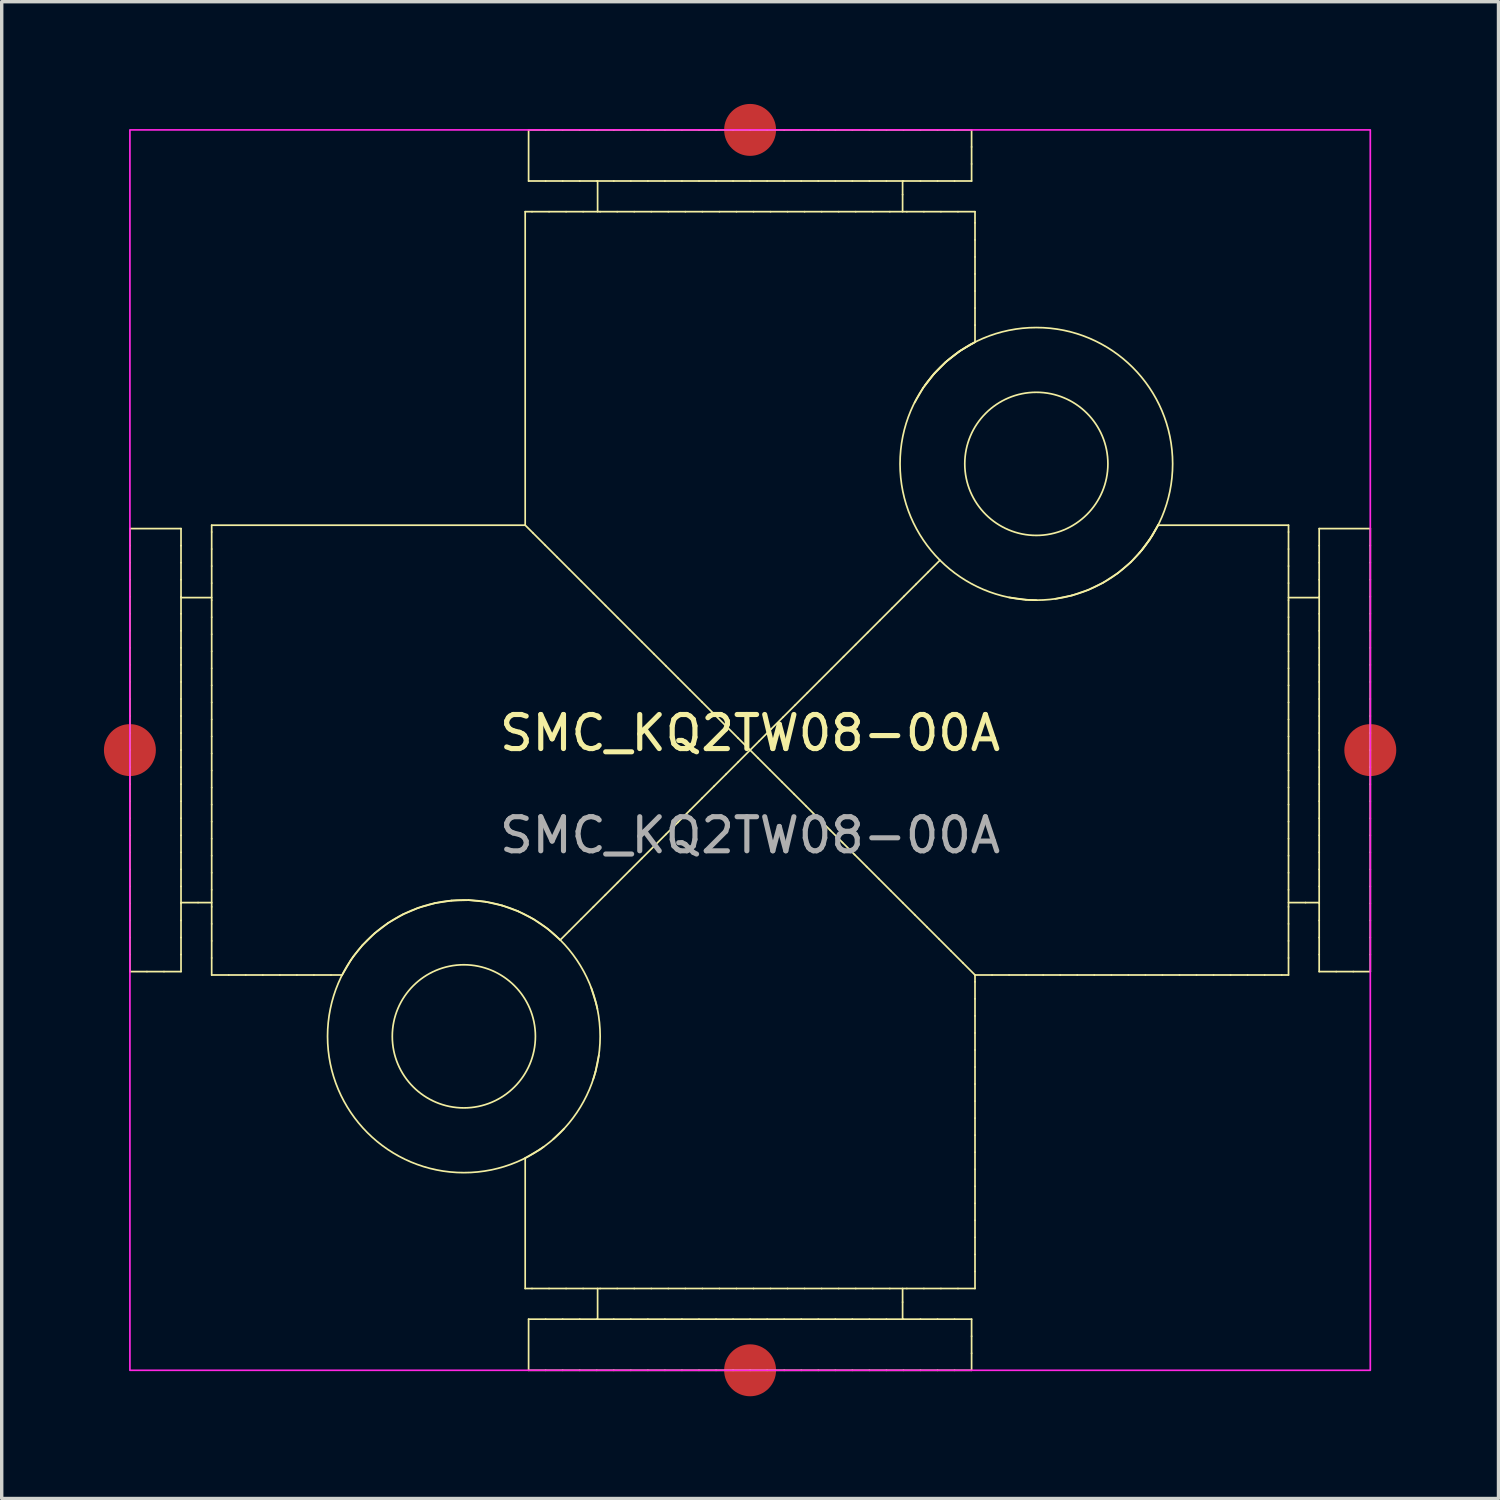
<source format=kicad_pcb>
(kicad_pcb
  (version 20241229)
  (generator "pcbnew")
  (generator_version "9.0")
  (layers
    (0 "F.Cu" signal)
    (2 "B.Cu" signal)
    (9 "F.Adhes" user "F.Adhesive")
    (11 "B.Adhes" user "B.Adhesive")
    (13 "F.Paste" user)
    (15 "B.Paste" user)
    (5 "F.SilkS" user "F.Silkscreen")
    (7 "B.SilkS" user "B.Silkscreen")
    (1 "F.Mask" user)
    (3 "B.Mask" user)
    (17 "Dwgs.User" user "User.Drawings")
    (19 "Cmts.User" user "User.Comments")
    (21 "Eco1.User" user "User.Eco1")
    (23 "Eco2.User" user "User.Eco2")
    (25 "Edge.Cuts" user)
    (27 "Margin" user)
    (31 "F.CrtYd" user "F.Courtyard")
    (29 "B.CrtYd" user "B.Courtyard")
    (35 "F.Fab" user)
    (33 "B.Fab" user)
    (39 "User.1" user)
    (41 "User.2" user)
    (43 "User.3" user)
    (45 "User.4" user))
  (footprint "SMC_KQ2TW08-00A"
    (layer "F.Cu")
    (at 18.962 18.962)
    (property "Reference" "SMC_KQ2TW08-00A" (at 0 -0.5 0) (unlocked yes) (layer "F.SilkS") (effects (font (size 1 1) (thickness 0.15))))
    (fp_line (start -18.2 -6.5) (end -16.7 -6.5) (stroke (width 0.05) (type solid)) (layer "F.SilkS"))
    (fp_line (start -18.2 -6) (end -18.2 -6.5) (stroke (width 0.05) (type solid)) (layer "F.SilkS"))
    (fp_line (start -18.2 -5.5) (end -18.2 -6) (stroke (width 0.05) (type solid)) (layer "F.SilkS"))
    (fp_line (start -18.2 -5) (end -18.2 -5.5) (stroke (width 0.05) (type solid)) (layer "F.SilkS"))
    (fp_line (start -18.2 -4.5) (end -18.2 -5) (stroke (width 0.05) (type solid)) (layer "F.SilkS"))
    (fp_line (start -18.2 -4) (end -18.2 -4.5) (stroke (width 0.05) (type solid)) (layer "F.SilkS"))
    (fp_line (start -18.2 -3.5) (end -18.2 -4) (stroke (width 0.05) (type solid)) (layer "F.SilkS"))
    (fp_line (start -18.2 -3) (end -18.2 -3.5) (stroke (width 0.05) (type solid)) (layer "F.SilkS"))
    (fp_line (start -18.2 -2.5) (end -18.2 -3) (stroke (width 0.05) (type solid)) (layer "F.SilkS"))
    (fp_line (start -18.2 -2) (end -18.2 -2.5) (stroke (width 0.05) (type solid)) (layer "F.SilkS"))
    (fp_line (start -18.2 -1.5) (end -18.2 -2) (stroke (width 0.05) (type solid)) (layer "F.SilkS"))
    (fp_line (start -18.2 -1) (end -18.2 -1.5) (stroke (width 0.05) (type solid)) (layer "F.SilkS"))
    (fp_line (start -18.2 -0.5) (end -18.2 -1) (stroke (width 0.05) (type solid)) (layer "F.SilkS"))
    (fp_line (start -18.2 0) (end -18.2 -0.5) (stroke (width 0.05) (type solid)) (layer "F.SilkS"))
    (fp_line (start -18.2 0.5) (end -18.2 0) (stroke (width 0.05) (type solid)) (layer "F.SilkS"))
    (fp_line (start -18.2 1) (end -18.2 0.5) (stroke (width 0.05) (type solid)) (layer "F.SilkS"))
    (fp_line (start -18.2 1.5) (end -18.2 1) (stroke (width 0.05) (type solid)) (layer "F.SilkS"))
    (fp_line (start -18.2 2) (end -18.2 1.5) (stroke (width 0.05) (type solid)) (layer "F.SilkS"))
    (fp_line (start -18.2 2.5) (end -18.2 2) (stroke (width 0.05) (type solid)) (layer "F.SilkS"))
    (fp_line (start -18.2 3) (end -18.2 2.5) (stroke (width 0.05) (type solid)) (layer "F.SilkS"))
    (fp_line (start -18.2 3.5) (end -18.2 3) (stroke (width 0.05) (type solid)) (layer "F.SilkS"))
    (fp_line (start -18.2 4) (end -18.2 3.5) (stroke (width 0.05) (type solid)) (layer "F.SilkS"))
    (fp_line (start -18.2 4.5) (end -18.2 4) (stroke (width 0.05) (type solid)) (layer "F.SilkS"))
    (fp_line (start -18.2 5) (end -18.2 4.5) (stroke (width 0.05) (type solid)) (layer "F.SilkS"))
    (fp_line (start -18.2 5.5) (end -18.2 5) (stroke (width 0.05) (type solid)) (layer "F.SilkS"))
    (fp_line (start -18.2 6) (end -18.2 5.5) (stroke (width 0.05) (type solid)) (layer "F.SilkS"))
    (fp_line (start -18.2 6.5) (end -18.2 6) (stroke (width 0.05) (type solid)) (layer "F.SilkS"))
    (fp_line (start -18.2 6.5) (end -17.7 6.5) (stroke (width 0.05) (type solid)) (layer "F.SilkS"))
    (fp_line (start -17.7 6.5) (end -17.2 6.5) (stroke (width 0.05) (type solid)) (layer "F.SilkS"))
    (fp_line (start -17.2 6.5) (end -16.7 6.5) (stroke (width 0.05) (type solid)) (layer "F.SilkS"))
    (fp_line (start -16.7 -6) (end -16.7 -6.5) (stroke (width 0.05) (type solid)) (layer "F.SilkS"))
    (fp_line (start -16.7 -5.5) (end -16.7 -6) (stroke (width 0.05) (type solid)) (layer "F.SilkS"))
    (fp_line (start -16.7 -5) (end -16.7 -5.5) (stroke (width 0.05) (type solid)) (layer "F.SilkS"))
    (fp_line (start -16.7 -4.5) (end -16.7 -5) (stroke (width 0.05) (type solid)) (layer "F.SilkS"))
    (fp_line (start -16.7 -4.475) (end -15.8 -4.475) (stroke (width 0.05) (type solid)) (layer "F.SilkS"))
    (fp_line (start -16.7 -4) (end -16.7 -4.5) (stroke (width 0.05) (type solid)) (layer "F.SilkS"))
    (fp_line (start -16.7 -3.5) (end -16.7 -4) (stroke (width 0.05) (type solid)) (layer "F.SilkS"))
    (fp_line (start -16.7 -3) (end -16.7 -3.5) (stroke (width 0.05) (type solid)) (layer "F.SilkS"))
    (fp_line (start -16.7 -2.5) (end -16.7 -3) (stroke (width 0.05) (type solid)) (layer "F.SilkS"))
    (fp_line (start -16.7 -2) (end -16.7 -2.5) (stroke (width 0.05) (type solid)) (layer "F.SilkS"))
    (fp_line (start -16.7 -1.5) (end -16.7 -2) (stroke (width 0.05) (type solid)) (layer "F.SilkS"))
    (fp_line (start -16.7 -1) (end -16.7 -1.5) (stroke (width 0.05) (type solid)) (layer "F.SilkS"))
    (fp_line (start -16.7 -0.5) (end -16.7 -1) (stroke (width 0.05) (type solid)) (layer "F.SilkS"))
    (fp_line (start -16.7 0) (end -16.7 -0.5) (stroke (width 0.05) (type solid)) (layer "F.SilkS"))
    (fp_line (start -16.7 0.5) (end -16.7 0) (stroke (width 0.05) (type solid)) (layer "F.SilkS"))
    (fp_line (start -16.7 1) (end -16.7 0.5) (stroke (width 0.05) (type solid)) (layer "F.SilkS"))
    (fp_line (start -16.7 1.5) (end -16.7 1) (stroke (width 0.05) (type solid)) (layer "F.SilkS"))
    (fp_line (start -16.7 2) (end -16.7 1.5) (stroke (width 0.05) (type solid)) (layer "F.SilkS"))
    (fp_line (start -16.7 2.5) (end -16.7 2) (stroke (width 0.05) (type solid)) (layer "F.SilkS"))
    (fp_line (start -16.7 3) (end -16.7 2.5) (stroke (width 0.05) (type solid)) (layer "F.SilkS"))
    (fp_line (start -16.7 3.5) (end -16.7 3) (stroke (width 0.05) (type solid)) (layer "F.SilkS"))
    (fp_line (start -16.7 4) (end -16.7 3.5) (stroke (width 0.05) (type solid)) (layer "F.SilkS"))
    (fp_line (start -16.7 4.475) (end -16.2 4.475) (stroke (width 0.05) (type solid)) (layer "F.SilkS"))
    (fp_line (start -16.7 4.5) (end -16.7 4) (stroke (width 0.05) (type solid)) (layer "F.SilkS"))
    (fp_line (start -16.7 5) (end -16.7 4.5) (stroke (width 0.05) (type solid)) (layer "F.SilkS"))
    (fp_line (start -16.7 5.5) (end -16.7 5) (stroke (width 0.05) (type solid)) (layer "F.SilkS"))
    (fp_line (start -16.7 6) (end -16.7 5.5) (stroke (width 0.05) (type solid)) (layer "F.SilkS"))
    (fp_line (start -16.7 6.5) (end -16.7 6) (stroke (width 0.05) (type solid)) (layer "F.SilkS"))
    (fp_line (start -16.2 4.475) (end -15.8 4.475) (stroke (width 0.05) (type solid)) (layer "F.SilkS"))
    (fp_line (start -15.8 -6.6) (end -6.6 -6.6) (stroke (width 0.05) (type solid)) (layer "F.SilkS"))
    (fp_line (start -15.8 -6.4) (end -15.8 -6.6) (stroke (width 0.05) (type solid)) (layer "F.SilkS"))
    (fp_line (start -15.8 -5.9) (end -15.8 -6.4) (stroke (width 0.05) (type solid)) (layer "F.SilkS"))
    (fp_line (start -15.8 -5.4) (end -15.8 -5.9) (stroke (width 0.05) (type solid)) (layer "F.SilkS"))
    (fp_line (start -15.8 -4.9) (end -15.8 -5.4) (stroke (width 0.05) (type solid)) (layer "F.SilkS"))
    (fp_line (start -15.8 -4.4) (end -15.8 -4.9) (stroke (width 0.05) (type solid)) (layer "F.SilkS"))
    (fp_line (start -15.8 -3.9) (end -15.8 -4.4) (stroke (width 0.05) (type solid)) (layer "F.SilkS"))
    (fp_line (start -15.8 -3.4) (end -15.8 -3.9) (stroke (width 0.05) (type solid)) (layer "F.SilkS"))
    (fp_line (start -15.8 -2.9) (end -15.8 -3.4) (stroke (width 0.05) (type solid)) (layer "F.SilkS"))
    (fp_line (start -15.8 -2.4) (end -15.8 -2.9) (stroke (width 0.05) (type solid)) (layer "F.SilkS"))
    (fp_line (start -15.8 -1.9) (end -15.8 -2.4) (stroke (width 0.05) (type solid)) (layer "F.SilkS"))
    (fp_line (start -15.8 -1.4) (end -15.8 -1.9) (stroke (width 0.05) (type solid)) (layer "F.SilkS"))
    (fp_line (start -15.8 -0.9) (end -15.8 -1.4) (stroke (width 0.05) (type solid)) (layer "F.SilkS"))
    (fp_line (start -15.8 -0.4) (end -15.8 -0.9) (stroke (width 0.05) (type solid)) (layer "F.SilkS"))
    (fp_line (start -15.8 0.1) (end -15.8 -0.4) (stroke (width 0.05) (type solid)) (layer "F.SilkS"))
    (fp_line (start -15.8 0.6) (end -15.8 0.1) (stroke (width 0.05) (type solid)) (layer "F.SilkS"))
    (fp_line (start -15.8 1.1) (end -15.8 0.6) (stroke (width 0.05) (type solid)) (layer "F.SilkS"))
    (fp_line (start -15.8 1.6) (end -15.8 1.1) (stroke (width 0.05) (type solid)) (layer "F.SilkS"))
    (fp_line (start -15.8 2.1) (end -15.8 1.6) (stroke (width 0.05) (type solid)) (layer "F.SilkS"))
    (fp_line (start -15.8 2.6) (end -15.8 2.1) (stroke (width 0.05) (type solid)) (layer "F.SilkS"))
    (fp_line (start -15.8 3.1) (end -15.8 2.6) (stroke (width 0.05) (type solid)) (layer "F.SilkS"))
    (fp_line (start -15.8 3.6) (end -15.8 3.1) (stroke (width 0.05) (type solid)) (layer "F.SilkS"))
    (fp_line (start -15.8 4.1) (end -15.8 3.6) (stroke (width 0.05) (type solid)) (layer "F.SilkS"))
    (fp_line (start -15.8 4.6) (end -15.8 4.1) (stroke (width 0.05) (type solid)) (layer "F.SilkS"))
    (fp_line (start -15.8 5.1) (end -15.8 4.6) (stroke (width 0.05) (type solid)) (layer "F.SilkS"))
    (fp_line (start -15.8 5.6) (end -15.8 5.1) (stroke (width 0.05) (type solid)) (layer "F.SilkS"))
    (fp_line (start -15.8 6.1) (end -15.8 5.6) (stroke (width 0.05) (type solid)) (layer "F.SilkS"))
    (fp_line (start -15.8 6.6) (end -15.8 6.1) (stroke (width 0.05) (type solid)) (layer "F.SilkS"))
    (fp_line (start -15.8 6.6) (end -15.3 6.6) (stroke (width 0.05) (type solid)) (layer "F.SilkS"))
    (fp_line (start -15.3 6.6) (end -14.8 6.6) (stroke (width 0.05) (type solid)) (layer "F.SilkS"))
    (fp_line (start -14.8 6.6) (end -14.3 6.6) (stroke (width 0.05) (type solid)) (layer "F.SilkS"))
    (fp_line (start -14.3 6.6) (end -13.8 6.6) (stroke (width 0.05) (type solid)) (layer "F.SilkS"))
    (fp_line (start -13.8 6.6) (end -13.3 6.6) (stroke (width 0.05) (type solid)) (layer "F.SilkS"))
    (fp_line (start -13.3 6.6) (end -12.8 6.6) (stroke (width 0.05) (type solid)) (layer "F.SilkS"))
    (fp_line (start -12.8 6.6) (end -12.3 6.6) (stroke (width 0.05) (type solid)) (layer "F.SilkS"))
    (fp_line (start -12.3 6.6) (end -11.972 6.6) (stroke (width 0.05) (type solid)) (layer "F.SilkS"))
    (fp_line (start -11.972 6.6) (end -11.72 6.169) (stroke (width 0.05) (type solid)) (layer "F.SilkS"))
    (fp_line (start -11.72 6.169) (end -11.644 6.059) (stroke (width 0.05) (type solid)) (layer "F.SilkS"))
    (fp_line (start -11.378 5.729) (end -11.641 6.056) (stroke (width 0.05) (type solid)) (layer "F.SilkS"))
    (fp_line (start -11.021 5.379) (end -11.378 5.729) (stroke (width 0.05) (type solid)) (layer "F.SilkS"))
    (fp_line (start -10.624 5.075) (end -11.021 5.379) (stroke (width 0.05) (type solid)) (layer "F.SilkS"))
    (fp_line (start -10.192 4.824) (end -10.624 5.075) (stroke (width 0.05) (type solid)) (layer "F.SilkS"))
    (fp_line (start -9.732 4.628) (end -10.192 4.824) (stroke (width 0.05) (type solid)) (layer "F.SilkS"))
    (fp_line (start -9.252 4.492) (end -9.732 4.628) (stroke (width 0.05) (type solid)) (layer "F.SilkS"))
    (fp_line (start -8.758 4.416) (end -9.252 4.492) (stroke (width 0.05) (type solid)) (layer "F.SilkS"))
    (fp_line (start -8.258 4.403) (end -8.758 4.416) (stroke (width 0.05) (type solid)) (layer "F.SilkS"))
    (fp_line (start -7.761 4.451) (end -8.258 4.403) (stroke (width 0.05) (type solid)) (layer "F.SilkS"))
    (fp_line (start -7.274 4.562) (end -7.761 4.451) (stroke (width 0.05) (type solid)) (layer "F.SilkS"))
    (fp_line (start -6.804 4.732) (end -7.274 4.562) (stroke (width 0.05) (type solid)) (layer "F.SilkS"))
    (fp_line (start -6.6 -6.6) (end -6.6 -15.8) (stroke (width 0.05) (type solid)) (layer "F.SilkS"))
    (fp_line (start -6.6 11.972) (end -6.169 11.72) (stroke (width 0.05) (type solid)) (layer "F.SilkS"))
    (fp_line (start -6.6 15.8) (end -6.6 11.972) (stroke (width 0.05) (type solid)) (layer "F.SilkS"))
    (fp_line (start -6.5 -16.7) (end -6.5 -18.2) (stroke (width 0.05) (type solid)) (layer "F.SilkS"))
    (fp_line (start -6.5 18.2) (end -6.5 16.7) (stroke (width 0.05) (type solid)) (layer "F.SilkS"))
    (fp_line (start -6.4 -15.8) (end -6.6 -15.8) (stroke (width 0.05) (type solid)) (layer "F.SilkS"))
    (fp_line (start -6.4 15.8) (end -6.6 15.8) (stroke (width 0.05) (type solid)) (layer "F.SilkS"))
    (fp_line (start -6.364 -6.364) (end -6.6 -6.6) (stroke (width 0.05) (type solid)) (layer "F.SilkS"))
    (fp_line (start -6.359 4.96) (end -6.804 4.732) (stroke (width 0.05) (type solid)) (layer "F.SilkS"))
    (fp_line (start -6.169 11.72) (end -6.059 11.644) (stroke (width 0.05) (type solid)) (layer "F.SilkS"))
    (fp_line (start -6.01 -6.01) (end -6.364 -6.364) (stroke (width 0.05) (type solid)) (layer "F.SilkS"))
    (fp_line (start -6 -18.2) (end -6.5 -18.2) (stroke (width 0.05) (type solid)) (layer "F.SilkS"))
    (fp_line (start -6 -16.7) (end -6.5 -16.7) (stroke (width 0.05) (type solid)) (layer "F.SilkS"))
    (fp_line (start -6 16.7) (end -6.5 16.7) (stroke (width 0.05) (type solid)) (layer "F.SilkS"))
    (fp_line (start -6 18.2) (end -6.5 18.2) (stroke (width 0.05) (type solid)) (layer "F.SilkS"))
    (fp_line (start -5.946 5.241) (end -6.359 4.96) (stroke (width 0.05) (type solid)) (layer "F.SilkS"))
    (fp_line (start -5.9 -15.8) (end -6.4 -15.8) (stroke (width 0.05) (type solid)) (layer "F.SilkS"))
    (fp_line (start -5.9 15.8) (end -6.4 15.8) (stroke (width 0.05) (type solid)) (layer "F.SilkS"))
    (fp_line (start -5.657 -5.657) (end -6.01 -6.01) (stroke (width 0.05) (type solid)) (layer "F.SilkS"))
    (fp_line (start -5.572 5.572) (end -5.946 5.241) (stroke (width 0.05) (type solid)) (layer "F.SilkS"))
    (fp_line (start -5.5 -18.2) (end -6 -18.2) (stroke (width 0.05) (type solid)) (layer "F.SilkS"))
    (fp_line (start -5.5 -16.7) (end -6 -16.7) (stroke (width 0.05) (type solid)) (layer "F.SilkS"))
    (fp_line (start -5.5 16.7) (end -6 16.7) (stroke (width 0.05) (type solid)) (layer "F.SilkS"))
    (fp_line (start -5.5 18.2) (end -6 18.2) (stroke (width 0.05) (type solid)) (layer "F.SilkS"))
    (fp_line (start -5.457 11.109) (end -5.777 11.419) (stroke (width 0.05) (type solid)) (layer "F.SilkS"))
    (fp_line (start -5.4 -15.8) (end -5.9 -15.8) (stroke (width 0.05) (type solid)) (layer "F.SilkS"))
    (fp_line (start -5.4 15.8) (end -5.9 15.8) (stroke (width 0.05) (type solid)) (layer "F.SilkS"))
    (fp_line (start -5.303 -5.303) (end -5.657 -5.657) (stroke (width 0.05) (type solid)) (layer "F.SilkS"))
    (fp_line (start -5.303 5.303) (end -5.572 5.572) (stroke (width 0.05) (type solid)) (layer "F.SilkS"))
    (fp_line (start -5 -18.2) (end -5.5 -18.2) (stroke (width 0.05) (type solid)) (layer "F.SilkS"))
    (fp_line (start -5 -16.7) (end -5.5 -16.7) (stroke (width 0.05) (type solid)) (layer "F.SilkS"))
    (fp_line (start -5 16.7) (end -5.5 16.7) (stroke (width 0.05) (type solid)) (layer "F.SilkS"))
    (fp_line (start -5 18.2) (end -5.5 18.2) (stroke (width 0.05) (type solid)) (layer "F.SilkS"))
    (fp_line (start -4.95 -4.95) (end -5.303 -5.303) (stroke (width 0.05) (type solid)) (layer "F.SilkS"))
    (fp_line (start -4.95 4.95) (end -5.303 5.303) (stroke (width 0.05) (type solid)) (layer "F.SilkS"))
    (fp_line (start -4.9 -15.8) (end -5.4 -15.8) (stroke (width 0.05) (type solid)) (layer "F.SilkS"))
    (fp_line (start -4.9 15.8) (end -5.4 15.8) (stroke (width 0.05) (type solid)) (layer "F.SilkS"))
    (fp_line (start -4.665 6.969) (end -4.516 7.446) (stroke (width 0.05) (type solid)) (layer "F.SilkS"))
    (fp_line (start -4.596 -4.596) (end -4.95 -4.95) (stroke (width 0.05) (type solid)) (layer "F.SilkS"))
    (fp_line (start -4.596 4.596) (end -4.95 4.95) (stroke (width 0.05) (type solid)) (layer "F.SilkS"))
    (fp_line (start -4.539 9.446) (end -4.604 9.66) (stroke (width 0.05) (type solid)) (layer "F.SilkS"))
    (fp_line (start -4.516 7.446) (end -4.482 7.594) (stroke (width 0.05) (type solid)) (layer "F.SilkS"))
    (fp_line (start -4.5 -18.2) (end -5 -18.2) (stroke (width 0.05) (type solid)) (layer "F.SilkS"))
    (fp_line (start -4.5 -16.7) (end -5 -16.7) (stroke (width 0.05) (type solid)) (layer "F.SilkS"))
    (fp_line (start -4.5 16.7) (end -5 16.7) (stroke (width 0.05) (type solid)) (layer "F.SilkS"))
    (fp_line (start -4.5 18.2) (end -5 18.2) (stroke (width 0.05) (type solid)) (layer "F.SilkS"))
    (fp_line (start -4.475 -15.8) (end -4.475 -16.7) (stroke (width 0.05) (type solid)) (layer "F.SilkS"))
    (fp_line (start -4.475 16.7) (end -4.475 15.8) (stroke (width 0.05) (type solid)) (layer "F.SilkS"))
    (fp_line (start -4.439 8.956) (end -4.539 9.446) (stroke (width 0.05) (type solid)) (layer "F.SilkS"))
    (fp_line (start -4.4 -15.8) (end -4.9 -15.8) (stroke (width 0.05) (type solid)) (layer "F.SilkS"))
    (fp_line (start -4.4 15.8) (end -4.9 15.8) (stroke (width 0.05) (type solid)) (layer "F.SilkS"))
    (fp_line (start -4.243 -4.243) (end -4.596 -4.596) (stroke (width 0.05) (type solid)) (layer "F.SilkS"))
    (fp_line (start -4.243 4.243) (end -4.596 4.596) (stroke (width 0.05) (type solid)) (layer "F.SilkS"))
    (fp_line (start -4 -18.2) (end -4.5 -18.2) (stroke (width 0.05) (type solid)) (layer "F.SilkS"))
    (fp_line (start -4 -16.7) (end -4.5 -16.7) (stroke (width 0.05) (type solid)) (layer "F.SilkS"))
    (fp_line (start -4 16.7) (end -4.5 16.7) (stroke (width 0.05) (type solid)) (layer "F.SilkS"))
    (fp_line (start -4 18.2) (end -4.5 18.2) (stroke (width 0.05) (type solid)) (layer "F.SilkS"))
    (fp_line (start -3.9 -15.8) (end -4.4 -15.8) (stroke (width 0.05) (type solid)) (layer "F.SilkS"))
    (fp_line (start -3.9 15.8) (end -4.4 15.8) (stroke (width 0.05) (type solid)) (layer "F.SilkS"))
    (fp_line (start -3.889 -3.889) (end -4.243 -4.243) (stroke (width 0.05) (type solid)) (layer "F.SilkS"))
    (fp_line (start -3.889 3.889) (end -4.243 4.243) (stroke (width 0.05) (type solid)) (layer "F.SilkS"))
    (fp_line (start -3.536 -3.536) (end -3.889 -3.889) (stroke (width 0.05) (type solid)) (layer "F.SilkS"))
    (fp_line (start -3.536 3.536) (end -3.889 3.889) (stroke (width 0.05) (type solid)) (layer "F.SilkS"))
    (fp_line (start -3.5 -18.2) (end -4 -18.2) (stroke (width 0.05) (type solid)) (layer "F.SilkS"))
    (fp_line (start -3.5 -16.7) (end -4 -16.7) (stroke (width 0.05) (type solid)) (layer "F.SilkS"))
    (fp_line (start -3.5 16.7) (end -4 16.7) (stroke (width 0.05) (type solid)) (layer "F.SilkS"))
    (fp_line (start -3.5 18.2) (end -4 18.2) (stroke (width 0.05) (type solid)) (layer "F.SilkS"))
    (fp_line (start -3.4 -15.8) (end -3.9 -15.8) (stroke (width 0.05) (type solid)) (layer "F.SilkS"))
    (fp_line (start -3.4 15.8) (end -3.9 15.8) (stroke (width 0.05) (type solid)) (layer "F.SilkS"))
    (fp_line (start -3.182 -3.182) (end -3.536 -3.536) (stroke (width 0.05) (type solid)) (layer "F.SilkS"))
    (fp_line (start -3.182 3.182) (end -3.536 3.536) (stroke (width 0.05) (type solid)) (layer "F.SilkS"))
    (fp_line (start -3 -18.2) (end -3.5 -18.2) (stroke (width 0.05) (type solid)) (layer "F.SilkS"))
    (fp_line (start -3 -16.7) (end -3.5 -16.7) (stroke (width 0.05) (type solid)) (layer "F.SilkS"))
    (fp_line (start -3 16.7) (end -3.5 16.7) (stroke (width 0.05) (type solid)) (layer "F.SilkS"))
    (fp_line (start -3 18.2) (end -3.5 18.2) (stroke (width 0.05) (type solid)) (layer "F.SilkS"))
    (fp_line (start -2.9 -15.8) (end -3.4 -15.8) (stroke (width 0.05) (type solid)) (layer "F.SilkS"))
    (fp_line (start -2.9 15.8) (end -3.4 15.8) (stroke (width 0.05) (type solid)) (layer "F.SilkS"))
    (fp_line (start -2.828 -2.828) (end -3.182 -3.182) (stroke (width 0.05) (type solid)) (layer "F.SilkS"))
    (fp_line (start -2.828 2.828) (end -3.182 3.182) (stroke (width 0.05) (type solid)) (layer "F.SilkS"))
    (fp_line (start -2.5 -18.2) (end -3 -18.2) (stroke (width 0.05) (type solid)) (layer "F.SilkS"))
    (fp_line (start -2.5 -16.7) (end -3 -16.7) (stroke (width 0.05) (type solid)) (layer "F.SilkS"))
    (fp_line (start -2.5 16.7) (end -3 16.7) (stroke (width 0.05) (type solid)) (layer "F.SilkS"))
    (fp_line (start -2.5 18.2) (end -3 18.2) (stroke (width 0.05) (type solid)) (layer "F.SilkS"))
    (fp_line (start -2.475 -2.475) (end -2.828 -2.828) (stroke (width 0.05) (type solid)) (layer "F.SilkS"))
    (fp_line (start -2.475 2.475) (end -2.828 2.828) (stroke (width 0.05) (type solid)) (layer "F.SilkS"))
    (fp_line (start -2.4 -15.8) (end -2.9 -15.8) (stroke (width 0.05) (type solid)) (layer "F.SilkS"))
    (fp_line (start -2.4 15.8) (end -2.9 15.8) (stroke (width 0.05) (type solid)) (layer "F.SilkS"))
    (fp_line (start -2.121 -2.121) (end -2.475 -2.475) (stroke (width 0.05) (type solid)) (layer "F.SilkS"))
    (fp_line (start -2.121 2.121) (end -2.475 2.475) (stroke (width 0.05) (type solid)) (layer "F.SilkS"))
    (fp_line (start -2 -18.2) (end -2.5 -18.2) (stroke (width 0.05) (type solid)) (layer "F.SilkS"))
    (fp_line (start -2 -16.7) (end -2.5 -16.7) (stroke (width 0.05) (type solid)) (layer "F.SilkS"))
    (fp_line (start -2 16.7) (end -2.5 16.7) (stroke (width 0.05) (type solid)) (layer "F.SilkS"))
    (fp_line (start -2 18.2) (end -2.5 18.2) (stroke (width 0.05) (type solid)) (layer "F.SilkS"))
    (fp_line (start -1.9 -15.8) (end -2.4 -15.8) (stroke (width 0.05) (type solid)) (layer "F.SilkS"))
    (fp_line (start -1.9 15.8) (end -2.4 15.8) (stroke (width 0.05) (type solid)) (layer "F.SilkS"))
    (fp_line (start -1.768 -1.768) (end -2.121 -2.121) (stroke (width 0.05) (type solid)) (layer "F.SilkS"))
    (fp_line (start -1.768 1.768) (end -2.121 2.121) (stroke (width 0.05) (type solid)) (layer "F.SilkS"))
    (fp_line (start -1.5 -18.2) (end -2 -18.2) (stroke (width 0.05) (type solid)) (layer "F.SilkS"))
    (fp_line (start -1.5 -16.7) (end -2 -16.7) (stroke (width 0.05) (type solid)) (layer "F.SilkS"))
    (fp_line (start -1.5 16.7) (end -2 16.7) (stroke (width 0.05) (type solid)) (layer "F.SilkS"))
    (fp_line (start -1.5 18.2) (end -2 18.2) (stroke (width 0.05) (type solid)) (layer "F.SilkS"))
    (fp_line (start -1.414 -1.414) (end -1.768 -1.768) (stroke (width 0.05) (type solid)) (layer "F.SilkS"))
    (fp_line (start -1.414 1.414) (end -1.768 1.768) (stroke (width 0.05) (type solid)) (layer "F.SilkS"))
    (fp_line (start -1.4 -15.8) (end -1.9 -15.8) (stroke (width 0.05) (type solid)) (layer "F.SilkS"))
    (fp_line (start -1.4 15.8) (end -1.9 15.8) (stroke (width 0.05) (type solid)) (layer "F.SilkS"))
    (fp_line (start -1.061 -1.061) (end -1.414 -1.414) (stroke (width 0.05) (type solid)) (layer "F.SilkS"))
    (fp_line (start -1.061 1.061) (end -1.414 1.414) (stroke (width 0.05) (type solid)) (layer "F.SilkS"))
    (fp_line (start -1 -18.2) (end -1.5 -18.2) (stroke (width 0.05) (type solid)) (layer "F.SilkS"))
    (fp_line (start -1 -16.7) (end -1.5 -16.7) (stroke (width 0.05) (type solid)) (layer "F.SilkS"))
    (fp_line (start -1 16.7) (end -1.5 16.7) (stroke (width 0.05) (type solid)) (layer "F.SilkS"))
    (fp_line (start -1 18.2) (end -1.5 18.2) (stroke (width 0.05) (type solid)) (layer "F.SilkS"))
    (fp_line (start -0.9 -15.8) (end -1.4 -15.8) (stroke (width 0.05) (type solid)) (layer "F.SilkS"))
    (fp_line (start -0.9 15.8) (end -1.4 15.8) (stroke (width 0.05) (type solid)) (layer "F.SilkS"))
    (fp_line (start -0.707 -0.707) (end -1.061 -1.061) (stroke (width 0.05) (type solid)) (layer "F.SilkS"))
    (fp_line (start -0.707 0.707) (end -1.061 1.061) (stroke (width 0.05) (type solid)) (layer "F.SilkS"))
    (fp_line (start -0.5 -18.2) (end -1 -18.2) (stroke (width 0.05) (type solid)) (layer "F.SilkS"))
    (fp_line (start -0.5 -16.7) (end -1 -16.7) (stroke (width 0.05) (type solid)) (layer "F.SilkS"))
    (fp_line (start -0.5 16.7) (end -1 16.7) (stroke (width 0.05) (type solid)) (layer "F.SilkS"))
    (fp_line (start -0.5 18.2) (end -1 18.2) (stroke (width 0.05) (type solid)) (layer "F.SilkS"))
    (fp_line (start -0.4 -15.8) (end -0.9 -15.8) (stroke (width 0.05) (type solid)) (layer "F.SilkS"))
    (fp_line (start -0.4 15.8) (end -0.9 15.8) (stroke (width 0.05) (type solid)) (layer "F.SilkS"))
    (fp_line (start -0.354 -0.354) (end -0.707 -0.707) (stroke (width 0.05) (type solid)) (layer "F.SilkS"))
    (fp_line (start -0.354 0.354) (end -0.707 0.707) (stroke (width 0.05) (type solid)) (layer "F.SilkS"))
    (fp_line (start 0 -18.2) (end -0.5 -18.2) (stroke (width 0.05) (type solid)) (layer "F.SilkS"))
    (fp_line (start 0 -16.7) (end -0.5 -16.7) (stroke (width 0.05) (type solid)) (layer "F.SilkS"))
    (fp_line (start 0 0) (end -0.354 -0.354) (stroke (width 0.05) (type solid)) (layer "F.SilkS"))
    (fp_line (start 0 0) (end -0.354 0.354) (stroke (width 0.05) (type solid)) (layer "F.SilkS"))
    (fp_line (start 0 16.7) (end -0.5 16.7) (stroke (width 0.05) (type solid)) (layer "F.SilkS"))
    (fp_line (start 0 18.2) (end -0.5 18.2) (stroke (width 0.05) (type solid)) (layer "F.SilkS"))
    (fp_line (start 0.1 -15.8) (end -0.4 -15.8) (stroke (width 0.05) (type solid)) (layer "F.SilkS"))
    (fp_line (start 0.1 15.8) (end -0.4 15.8) (stroke (width 0.05) (type solid)) (layer "F.SilkS"))
    (fp_line (start 0.236 0.236) (end 0 0) (stroke (width 0.05) (type solid)) (layer "F.SilkS"))
    (fp_line (start 0.268 -0.268) (end 0 0) (stroke (width 0.05) (type solid)) (layer "F.SilkS"))
    (fp_line (start 0.5 -18.2) (end 0 -18.2) (stroke (width 0.05) (type solid)) (layer "F.SilkS"))
    (fp_line (start 0.5 -16.7) (end 0 -16.7) (stroke (width 0.05) (type solid)) (layer "F.SilkS"))
    (fp_line (start 0.5 16.7) (end 0 16.7) (stroke (width 0.05) (type solid)) (layer "F.SilkS"))
    (fp_line (start 0.5 18.2) (end 0 18.2) (stroke (width 0.05) (type solid)) (layer "F.SilkS"))
    (fp_line (start 0.59 0.59) (end 0.236 0.236) (stroke (width 0.05) (type solid)) (layer "F.SilkS"))
    (fp_line (start 0.6 -15.8) (end 0.1 -15.8) (stroke (width 0.05) (type solid)) (layer "F.SilkS"))
    (fp_line (start 0.6 15.8) (end 0.1 15.8) (stroke (width 0.05) (type solid)) (layer "F.SilkS"))
    (fp_line (start 0.622 -0.622) (end 0.268 -0.268) (stroke (width 0.05) (type solid)) (layer "F.SilkS"))
    (fp_line (start 0.943 0.943) (end 0.59 0.59) (stroke (width 0.05) (type solid)) (layer "F.SilkS"))
    (fp_line (start 0.975 -0.975) (end 0.622 -0.622) (stroke (width 0.05) (type solid)) (layer "F.SilkS"))
    (fp_line (start 1 -18.2) (end 0.5 -18.2) (stroke (width 0.05) (type solid)) (layer "F.SilkS"))
    (fp_line (start 1 -16.7) (end 0.5 -16.7) (stroke (width 0.05) (type solid)) (layer "F.SilkS"))
    (fp_line (start 1 16.7) (end 0.5 16.7) (stroke (width 0.05) (type solid)) (layer "F.SilkS"))
    (fp_line (start 1 18.2) (end 0.5 18.2) (stroke (width 0.05) (type solid)) (layer "F.SilkS"))
    (fp_line (start 1.1 -15.8) (end 0.6 -15.8) (stroke (width 0.05) (type solid)) (layer "F.SilkS"))
    (fp_line (start 1.1 15.8) (end 0.6 15.8) (stroke (width 0.05) (type solid)) (layer "F.SilkS"))
    (fp_line (start 1.297 1.297) (end 0.943 0.943) (stroke (width 0.05) (type solid)) (layer "F.SilkS"))
    (fp_line (start 1.329 -1.329) (end 0.975 -0.975) (stroke (width 0.05) (type solid)) (layer "F.SilkS"))
    (fp_line (start 1.5 -18.2) (end 1 -18.2) (stroke (width 0.05) (type solid)) (layer "F.SilkS"))
    (fp_line (start 1.5 -16.7) (end 1 -16.7) (stroke (width 0.05) (type solid)) (layer "F.SilkS"))
    (fp_line (start 1.5 16.7) (end 1 16.7) (stroke (width 0.05) (type solid)) (layer "F.SilkS"))
    (fp_line (start 1.5 18.2) (end 1 18.2) (stroke (width 0.05) (type solid)) (layer "F.SilkS"))
    (fp_line (start 1.6 -15.8) (end 1.1 -15.8) (stroke (width 0.05) (type solid)) (layer "F.SilkS"))
    (fp_line (start 1.6 15.8) (end 1.1 15.8) (stroke (width 0.05) (type solid)) (layer "F.SilkS"))
    (fp_line (start 1.65 1.65) (end 1.297 1.297) (stroke (width 0.05) (type solid)) (layer "F.SilkS"))
    (fp_line (start 1.682 -1.682) (end 1.329 -1.329) (stroke (width 0.05) (type solid)) (layer "F.SilkS"))
    (fp_line (start 2 -18.2) (end 1.5 -18.2) (stroke (width 0.05) (type solid)) (layer "F.SilkS"))
    (fp_line (start 2 -16.7) (end 1.5 -16.7) (stroke (width 0.05) (type solid)) (layer "F.SilkS"))
    (fp_line (start 2 16.7) (end 1.5 16.7) (stroke (width 0.05) (type solid)) (layer "F.SilkS"))
    (fp_line (start 2 18.2) (end 1.5 18.2) (stroke (width 0.05) (type solid)) (layer "F.SilkS"))
    (fp_line (start 2.004 2.004) (end 1.65 1.65) (stroke (width 0.05) (type solid)) (layer "F.SilkS"))
    (fp_line (start 2.036 -2.036) (end 1.682 -1.682) (stroke (width 0.05) (type solid)) (layer "F.SilkS"))
    (fp_line (start 2.1 -15.8) (end 1.6 -15.8) (stroke (width 0.05) (type solid)) (layer "F.SilkS"))
    (fp_line (start 2.1 15.8) (end 1.6 15.8) (stroke (width 0.05) (type solid)) (layer "F.SilkS"))
    (fp_line (start 2.357 2.357) (end 2.004 2.004) (stroke (width 0.05) (type solid)) (layer "F.SilkS"))
    (fp_line (start 2.39 -2.39) (end 2.036 -2.036) (stroke (width 0.05) (type solid)) (layer "F.SilkS"))
    (fp_line (start 2.5 -18.2) (end 2 -18.2) (stroke (width 0.05) (type solid)) (layer "F.SilkS"))
    (fp_line (start 2.5 -16.7) (end 2 -16.7) (stroke (width 0.05) (type solid)) (layer "F.SilkS"))
    (fp_line (start 2.5 16.7) (end 2 16.7) (stroke (width 0.05) (type solid)) (layer "F.SilkS"))
    (fp_line (start 2.5 18.2) (end 2 18.2) (stroke (width 0.05) (type solid)) (layer "F.SilkS"))
    (fp_line (start 2.6 -15.8) (end 2.1 -15.8) (stroke (width 0.05) (type solid)) (layer "F.SilkS"))
    (fp_line (start 2.6 15.8) (end 2.1 15.8) (stroke (width 0.05) (type solid)) (layer "F.SilkS"))
    (fp_line (start 2.711 2.711) (end 2.357 2.357) (stroke (width 0.05) (type solid)) (layer "F.SilkS"))
    (fp_line (start 2.743 -2.743) (end 2.39 -2.39) (stroke (width 0.05) (type solid)) (layer "F.SilkS"))
    (fp_line (start 3 -18.2) (end 2.5 -18.2) (stroke (width 0.05) (type solid)) (layer "F.SilkS"))
    (fp_line (start 3 -16.7) (end 2.5 -16.7) (stroke (width 0.05) (type solid)) (layer "F.SilkS"))
    (fp_line (start 3 16.7) (end 2.5 16.7) (stroke (width 0.05) (type solid)) (layer "F.SilkS"))
    (fp_line (start 3 18.2) (end 2.5 18.2) (stroke (width 0.05) (type solid)) (layer "F.SilkS"))
    (fp_line (start 3.064 3.064) (end 2.711 2.711) (stroke (width 0.05) (type solid)) (layer "F.SilkS"))
    (fp_line (start 3.097 -3.097) (end 2.743 -2.743) (stroke (width 0.05) (type solid)) (layer "F.SilkS"))
    (fp_line (start 3.1 -15.8) (end 2.6 -15.8) (stroke (width 0.05) (type solid)) (layer "F.SilkS"))
    (fp_line (start 3.1 15.8) (end 2.6 15.8) (stroke (width 0.05) (type solid)) (layer "F.SilkS"))
    (fp_line (start 3.418 3.418) (end 3.064 3.064) (stroke (width 0.05) (type solid)) (layer "F.SilkS"))
    (fp_line (start 3.45 -3.45) (end 3.097 -3.097) (stroke (width 0.05) (type solid)) (layer "F.SilkS"))
    (fp_line (start 3.5 -18.2) (end 3 -18.2) (stroke (width 0.05) (type solid)) (layer "F.SilkS"))
    (fp_line (start 3.5 -16.7) (end 3 -16.7) (stroke (width 0.05) (type solid)) (layer "F.SilkS"))
    (fp_line (start 3.5 16.7) (end 3 16.7) (stroke (width 0.05) (type solid)) (layer "F.SilkS"))
    (fp_line (start 3.5 18.2) (end 3 18.2) (stroke (width 0.05) (type solid)) (layer "F.SilkS"))
    (fp_line (start 3.6 -15.8) (end 3.1 -15.8) (stroke (width 0.05) (type solid)) (layer "F.SilkS"))
    (fp_line (start 3.6 15.8) (end 3.1 15.8) (stroke (width 0.05) (type solid)) (layer "F.SilkS"))
    (fp_line (start 3.772 3.772) (end 3.418 3.418) (stroke (width 0.05) (type solid)) (layer "F.SilkS"))
    (fp_line (start 3.804 -3.804) (end 3.45 -3.45) (stroke (width 0.05) (type solid)) (layer "F.SilkS"))
    (fp_line (start 4 -18.2) (end 3.5 -18.2) (stroke (width 0.05) (type solid)) (layer "F.SilkS"))
    (fp_line (start 4 -16.7) (end 3.5 -16.7) (stroke (width 0.05) (type solid)) (layer "F.SilkS"))
    (fp_line (start 4 16.7) (end 3.5 16.7) (stroke (width 0.05) (type solid)) (layer "F.SilkS"))
    (fp_line (start 4 18.2) (end 3.5 18.2) (stroke (width 0.05) (type solid)) (layer "F.SilkS"))
    (fp_line (start 4.1 -15.8) (end 3.6 -15.8) (stroke (width 0.05) (type solid)) (layer "F.SilkS"))
    (fp_line (start 4.1 15.8) (end 3.6 15.8) (stroke (width 0.05) (type solid)) (layer "F.SilkS"))
    (fp_line (start 4.125 4.125) (end 3.772 3.772) (stroke (width 0.05) (type solid)) (layer "F.SilkS"))
    (fp_line (start 4.157 -4.157) (end 3.804 -3.804) (stroke (width 0.05) (type solid)) (layer "F.SilkS"))
    (fp_line (start 4.475 -16.3) (end 4.475 -16.7) (stroke (width 0.05) (type solid)) (layer "F.SilkS"))
    (fp_line (start 4.475 -15.8) (end 4.475 -16.3) (stroke (width 0.05) (type solid)) (layer "F.SilkS"))
    (fp_line (start 4.475 16.2) (end 4.475 15.8) (stroke (width 0.05) (type solid)) (layer "F.SilkS"))
    (fp_line (start 4.475 16.7) (end 4.475 16.2) (stroke (width 0.05) (type solid)) (layer "F.SilkS"))
    (fp_line (start 4.479 4.479) (end 4.125 4.125) (stroke (width 0.05) (type solid)) (layer "F.SilkS"))
    (fp_line (start 4.5 -18.2) (end 4 -18.2) (stroke (width 0.05) (type solid)) (layer "F.SilkS"))
    (fp_line (start 4.5 -16.7) (end 4 -16.7) (stroke (width 0.05) (type solid)) (layer "F.SilkS"))
    (fp_line (start 4.5 16.7) (end 4 16.7) (stroke (width 0.05) (type solid)) (layer "F.SilkS"))
    (fp_line (start 4.5 18.2) (end 4 18.2) (stroke (width 0.05) (type solid)) (layer "F.SilkS"))
    (fp_line (start 4.511 -4.511) (end 4.157 -4.157) (stroke (width 0.05) (type solid)) (layer "F.SilkS"))
    (fp_line (start 4.6 -15.8) (end 4.1 -15.8) (stroke (width 0.05) (type solid)) (layer "F.SilkS"))
    (fp_line (start 4.6 15.8) (end 4.1 15.8) (stroke (width 0.05) (type solid)) (layer "F.SilkS"))
    (fp_line (start 4.828 -10.199) (end 5.08 -10.631) (stroke (width 0.05) (type solid)) (layer "F.SilkS"))
    (fp_line (start 4.832 4.832) (end 4.479 4.479) (stroke (width 0.05) (type solid)) (layer "F.SilkS"))
    (fp_line (start 4.864 -4.864) (end 4.511 -4.511) (stroke (width 0.05) (type solid)) (layer "F.SilkS"))
    (fp_line (start 5 -18.2) (end 4.5 -18.2) (stroke (width 0.05) (type solid)) (layer "F.SilkS"))
    (fp_line (start 5 -16.7) (end 4.5 -16.7) (stroke (width 0.05) (type solid)) (layer "F.SilkS"))
    (fp_line (start 5 16.7) (end 4.5 16.7) (stroke (width 0.05) (type solid)) (layer "F.SilkS"))
    (fp_line (start 5 18.2) (end 4.5 18.2) (stroke (width 0.05) (type solid)) (layer "F.SilkS"))
    (fp_line (start 5.08 -10.631) (end 5.384 -11.027) (stroke (width 0.05) (type solid)) (layer "F.SilkS"))
    (fp_line (start 5.1 -15.8) (end 4.6 -15.8) (stroke (width 0.05) (type solid)) (layer "F.SilkS"))
    (fp_line (start 5.1 15.8) (end 4.6 15.8) (stroke (width 0.05) (type solid)) (layer "F.SilkS"))
    (fp_line (start 5.186 5.186) (end 4.832 4.832) (stroke (width 0.05) (type solid)) (layer "F.SilkS"))
    (fp_line (start 5.218 -5.218) (end 4.864 -4.864) (stroke (width 0.05) (type solid)) (layer "F.SilkS"))
    (fp_line (start 5.384 -11.027) (end 5.735 -11.383) (stroke (width 0.05) (type solid)) (layer "F.SilkS"))
    (fp_line (start 5.417 -11.065) (end 5.128 -10.701) (stroke (width 0.05) (type solid)) (layer "F.SilkS"))
    (fp_line (start 5.5 -18.2) (end 5 -18.2) (stroke (width 0.05) (type solid)) (layer "F.SilkS"))
    (fp_line (start 5.5 -16.7) (end 5 -16.7) (stroke (width 0.05) (type solid)) (layer "F.SilkS"))
    (fp_line (start 5.5 16.7) (end 5 16.7) (stroke (width 0.05) (type solid)) (layer "F.SilkS"))
    (fp_line (start 5.5 18.2) (end 5 18.2) (stroke (width 0.05) (type solid)) (layer "F.SilkS"))
    (fp_line (start 5.539 5.539) (end 5.186 5.186) (stroke (width 0.05) (type solid)) (layer "F.SilkS"))
    (fp_line (start 5.572 -5.572) (end 5.218 -5.218) (stroke (width 0.05) (type solid)) (layer "F.SilkS"))
    (fp_line (start 5.6 -15.8) (end 5.1 -15.8) (stroke (width 0.05) (type solid)) (layer "F.SilkS"))
    (fp_line (start 5.6 15.8) (end 5.1 15.8) (stroke (width 0.05) (type solid)) (layer "F.SilkS"))
    (fp_line (start 5.735 -11.383) (end 6.127 -11.692) (stroke (width 0.05) (type solid)) (layer "F.SilkS"))
    (fp_line (start 5.772 -11.416) (end 5.417 -11.065) (stroke (width 0.05) (type solid)) (layer "F.SilkS"))
    (fp_line (start 5.893 5.893) (end 5.539 5.539) (stroke (width 0.05) (type solid)) (layer "F.SilkS"))
    (fp_line (start 6 -18.2) (end 5.5 -18.2) (stroke (width 0.05) (type solid)) (layer "F.SilkS"))
    (fp_line (start 6 -16.7) (end 5.5 -16.7) (stroke (width 0.05) (type solid)) (layer "F.SilkS"))
    (fp_line (start 6 16.7) (end 5.5 16.7) (stroke (width 0.05) (type solid)) (layer "F.SilkS"))
    (fp_line (start 6 18.2) (end 5.5 18.2) (stroke (width 0.05) (type solid)) (layer "F.SilkS"))
    (fp_line (start 6.1 -15.8) (end 5.6 -15.8) (stroke (width 0.05) (type solid)) (layer "F.SilkS"))
    (fp_line (start 6.1 15.8) (end 5.6 15.8) (stroke (width 0.05) (type solid)) (layer "F.SilkS"))
    (fp_line (start 6.127 -11.692) (end 6.456 -11.896) (stroke (width 0.05) (type solid)) (layer "F.SilkS"))
    (fp_line (start 6.169 -11.72) (end 5.772 -11.416) (stroke (width 0.05) (type solid)) (layer "F.SilkS"))
    (fp_line (start 6.246 6.246) (end 5.893 5.893) (stroke (width 0.05) (type solid)) (layer "F.SilkS"))
    (fp_line (start 6.461 -11.898) (end 6.6 -11.972) (stroke (width 0.05) (type solid)) (layer "F.SilkS"))
    (fp_line (start 6.5 -18.2) (end 6 -18.2) (stroke (width 0.05) (type solid)) (layer "F.SilkS"))
    (fp_line (start 6.5 -17.7) (end 6.5 -18.2) (stroke (width 0.05) (type solid)) (layer "F.SilkS"))
    (fp_line (start 6.5 -17.2) (end 6.5 -17.7) (stroke (width 0.05) (type solid)) (layer "F.SilkS"))
    (fp_line (start 6.5 -16.7) (end 6 -16.7) (stroke (width 0.05) (type solid)) (layer "F.SilkS"))
    (fp_line (start 6.5 -16.7) (end 6.5 -17.2) (stroke (width 0.05) (type solid)) (layer "F.SilkS"))
    (fp_line (start 6.5 16.7) (end 6 16.7) (stroke (width 0.05) (type solid)) (layer "F.SilkS"))
    (fp_line (start 6.5 17.2) (end 6.5 16.7) (stroke (width 0.05) (type solid)) (layer "F.SilkS"))
    (fp_line (start 6.5 17.7) (end 6.5 17.2) (stroke (width 0.05) (type solid)) (layer "F.SilkS"))
    (fp_line (start 6.5 18.2) (end 6 18.2) (stroke (width 0.05) (type solid)) (layer "F.SilkS"))
    (fp_line (start 6.5 18.2) (end 6.5 17.7) (stroke (width 0.05) (type solid)) (layer "F.SilkS"))
    (fp_line (start 6.6 -15.8) (end 6.1 -15.8) (stroke (width 0.05) (type solid)) (layer "F.SilkS"))
    (fp_line (start 6.6 -15.472) (end 6.6 -15.8) (stroke (width 0.05) (type solid)) (layer "F.SilkS"))
    (fp_line (start 6.6 -14.972) (end 6.6 -15.472) (stroke (width 0.05) (type solid)) (layer "F.SilkS"))
    (fp_line (start 6.6 -14.472) (end 6.6 -14.972) (stroke (width 0.05) (type solid)) (layer "F.SilkS"))
    (fp_line (start 6.6 -13.972) (end 6.6 -14.472) (stroke (width 0.05) (type solid)) (layer "F.SilkS"))
    (fp_line (start 6.6 -13.472) (end 6.6 -13.972) (stroke (width 0.05) (type solid)) (layer "F.SilkS"))
    (fp_line (start 6.6 -12.972) (end 6.6 -13.472) (stroke (width 0.05) (type solid)) (layer "F.SilkS"))
    (fp_line (start 6.6 -12.472) (end 6.6 -12.972) (stroke (width 0.05) (type solid)) (layer "F.SilkS"))
    (fp_line (start 6.6 -11.972) (end 6.169 -11.72) (stroke (width 0.05) (type solid)) (layer "F.SilkS"))
    (fp_line (start 6.6 -11.972) (end 6.6 -12.472) (stroke (width 0.05) (type solid)) (layer "F.SilkS"))
    (fp_line (start 6.6 6.6) (end 6.246 6.246) (stroke (width 0.05) (type solid)) (layer "F.SilkS"))
    (fp_line (start 6.6 6.6) (end 7.1 6.6) (stroke (width 0.05) (type solid)) (layer "F.SilkS"))
    (fp_line (start 6.6 6.8) (end 6.6 6.6) (stroke (width 0.05) (type solid)) (layer "F.SilkS"))
    (fp_line (start 6.6 7.3) (end 6.6 6.8) (stroke (width 0.05) (type solid)) (layer "F.SilkS"))
    (fp_line (start 6.6 7.8) (end 6.6 7.3) (stroke (width 0.05) (type solid)) (layer "F.SilkS"))
    (fp_line (start 6.6 8.3) (end 6.6 7.8) (stroke (width 0.05) (type solid)) (layer "F.SilkS"))
    (fp_line (start 6.6 8.8) (end 6.6 8.3) (stroke (width 0.05) (type solid)) (layer "F.SilkS"))
    (fp_line (start 6.6 9.3) (end 6.6 8.8) (stroke (width 0.05) (type solid)) (layer "F.SilkS"))
    (fp_line (start 6.6 9.8) (end 6.6 9.3) (stroke (width 0.05) (type solid)) (layer "F.SilkS"))
    (fp_line (start 6.6 10.3) (end 6.6 9.8) (stroke (width 0.05) (type solid)) (layer "F.SilkS"))
    (fp_line (start 6.6 10.8) (end 6.6 10.3) (stroke (width 0.05) (type solid)) (layer "F.SilkS"))
    (fp_line (start 6.6 11.3) (end 6.6 10.8) (stroke (width 0.05) (type solid)) (layer "F.SilkS"))
    (fp_line (start 6.6 11.8) (end 6.6 11.3) (stroke (width 0.05) (type solid)) (layer "F.SilkS"))
    (fp_line (start 6.6 12.3) (end 6.6 11.8) (stroke (width 0.05) (type solid)) (layer "F.SilkS"))
    (fp_line (start 6.6 12.8) (end 6.6 12.3) (stroke (width 0.05) (type solid)) (layer "F.SilkS"))
    (fp_line (start 6.6 13.3) (end 6.6 12.8) (stroke (width 0.05) (type solid)) (layer "F.SilkS"))
    (fp_line (start 6.6 13.8) (end 6.6 13.3) (stroke (width 0.05) (type solid)) (layer "F.SilkS"))
    (fp_line (start 6.6 14.3) (end 6.6 13.8) (stroke (width 0.05) (type solid)) (layer "F.SilkS"))
    (fp_line (start 6.6 14.8) (end 6.6 14.3) (stroke (width 0.05) (type solid)) (layer "F.SilkS"))
    (fp_line (start 6.6 15.3) (end 6.6 14.8) (stroke (width 0.05) (type solid)) (layer "F.SilkS"))
    (fp_line (start 6.6 15.8) (end 6.1 15.8) (stroke (width 0.05) (type solid)) (layer "F.SilkS"))
    (fp_line (start 6.6 15.8) (end 6.6 15.3) (stroke (width 0.05) (type solid)) (layer "F.SilkS"))
    (fp_line (start 7.1 6.6) (end 7.6 6.6) (stroke (width 0.05) (type solid)) (layer "F.SilkS"))
    (fp_line (start 7.6 -4.481) (end 8.095 -4.412) (stroke (width 0.05) (type solid)) (layer "F.SilkS"))
    (fp_line (start 7.6 6.6) (end 8.1 6.6) (stroke (width 0.05) (type solid)) (layer "F.SilkS"))
    (fp_line (start 8.095 -4.412) (end 8.4 -4.4) (stroke (width 0.05) (type solid)) (layer "F.SilkS"))
    (fp_line (start 8.1 6.6) (end 8.6 6.6) (stroke (width 0.05) (type solid)) (layer "F.SilkS"))
    (fp_line (start 8.6 6.6) (end 9.1 6.6) (stroke (width 0.05) (type solid)) (layer "F.SilkS"))
    (fp_line (start 8.956 -4.439) (end 9.446 -4.539) (stroke (width 0.05) (type solid)) (layer "F.SilkS"))
    (fp_line (start 9.1 6.6) (end 9.6 6.6) (stroke (width 0.05) (type solid)) (layer "F.SilkS"))
    (fp_line (start 9.446 -4.539) (end 9.919 -4.7) (stroke (width 0.05) (type solid)) (layer "F.SilkS"))
    (fp_line (start 9.6 6.6) (end 10.1 6.6) (stroke (width 0.05) (type solid)) (layer "F.SilkS"))
    (fp_line (start 9.919 -4.7) (end 10.369 -4.918) (stroke (width 0.05) (type solid)) (layer "F.SilkS"))
    (fp_line (start 10.1 6.6) (end 10.6 6.6) (stroke (width 0.05) (type solid)) (layer "F.SilkS"))
    (fp_line (start 10.369 -4.918) (end 10.787 -5.191) (stroke (width 0.05) (type solid)) (layer "F.SilkS"))
    (fp_line (start 10.6 6.6) (end 11.1 6.6) (stroke (width 0.05) (type solid)) (layer "F.SilkS"))
    (fp_line (start 10.787 -5.191) (end 11.169 -5.513) (stroke (width 0.05) (type solid)) (layer "F.SilkS"))
    (fp_line (start 11.1 6.6) (end 11.6 6.6) (stroke (width 0.05) (type solid)) (layer "F.SilkS"))
    (fp_line (start 11.169 -5.513) (end 11.507 -5.881) (stroke (width 0.05) (type solid)) (layer "F.SilkS"))
    (fp_line (start 11.507 -5.881) (end 11.797 -6.288) (stroke (width 0.05) (type solid)) (layer "F.SilkS"))
    (fp_line (start 11.6 6.6) (end 12.1 6.6) (stroke (width 0.05) (type solid)) (layer "F.SilkS"))
    (fp_line (start 11.72 -6.169) (end 11.416 -5.773) (stroke (width 0.05) (type solid)) (layer "F.SilkS"))
    (fp_line (start 11.797 -6.288) (end 11.972 -6.6) (stroke (width 0.05) (type solid)) (layer "F.SilkS"))
    (fp_line (start 11.972 -6.6) (end 11.72 -6.169) (stroke (width 0.05) (type solid)) (layer "F.SilkS"))
    (fp_line (start 11.972 -6.6) (end 15.8 -6.6) (stroke (width 0.05) (type solid)) (layer "F.SilkS"))
    (fp_line (start 12.1 6.6) (end 12.6 6.6) (stroke (width 0.05) (type solid)) (layer "F.SilkS"))
    (fp_line (start 12.6 6.6) (end 13.1 6.6) (stroke (width 0.05) (type solid)) (layer "F.SilkS"))
    (fp_line (start 13.1 6.6) (end 13.6 6.6) (stroke (width 0.05) (type solid)) (layer "F.SilkS"))
    (fp_line (start 13.6 6.6) (end 14.1 6.6) (stroke (width 0.05) (type solid)) (layer "F.SilkS"))
    (fp_line (start 14.1 6.6) (end 14.6 6.6) (stroke (width 0.05) (type solid)) (layer "F.SilkS"))
    (fp_line (start 14.6 6.6) (end 15.1 6.6) (stroke (width 0.05) (type solid)) (layer "F.SilkS"))
    (fp_line (start 15.1 6.6) (end 15.6 6.6) (stroke (width 0.05) (type solid)) (layer "F.SilkS"))
    (fp_line (start 15.6 6.6) (end 15.8 6.6) (stroke (width 0.05) (type solid)) (layer "F.SilkS"))
    (fp_line (start 15.8 -6.4) (end 15.8 -6.6) (stroke (width 0.05) (type solid)) (layer "F.SilkS"))
    (fp_line (start 15.8 -5.9) (end 15.8 -6.4) (stroke (width 0.05) (type solid)) (layer "F.SilkS"))
    (fp_line (start 15.8 -5.4) (end 15.8 -5.9) (stroke (width 0.05) (type solid)) (layer "F.SilkS"))
    (fp_line (start 15.8 -4.9) (end 15.8 -5.4) (stroke (width 0.05) (type solid)) (layer "F.SilkS"))
    (fp_line (start 15.8 -4.475) (end 16.7 -4.475) (stroke (width 0.05) (type solid)) (layer "F.SilkS"))
    (fp_line (start 15.8 -4.4) (end 15.8 -4.9) (stroke (width 0.05) (type solid)) (layer "F.SilkS"))
    (fp_line (start 15.8 -3.9) (end 15.8 -4.4) (stroke (width 0.05) (type solid)) (layer "F.SilkS"))
    (fp_line (start 15.8 -3.4) (end 15.8 -3.9) (stroke (width 0.05) (type solid)) (layer "F.SilkS"))
    (fp_line (start 15.8 -2.9) (end 15.8 -3.4) (stroke (width 0.05) (type solid)) (layer "F.SilkS"))
    (fp_line (start 15.8 -2.4) (end 15.8 -2.9) (stroke (width 0.05) (type solid)) (layer "F.SilkS"))
    (fp_line (start 15.8 -1.9) (end 15.8 -2.4) (stroke (width 0.05) (type solid)) (layer "F.SilkS"))
    (fp_line (start 15.8 -1.4) (end 15.8 -1.9) (stroke (width 0.05) (type solid)) (layer "F.SilkS"))
    (fp_line (start 15.8 -0.9) (end 15.8 -1.4) (stroke (width 0.05) (type solid)) (layer "F.SilkS"))
    (fp_line (start 15.8 -0.4) (end 15.8 -0.9) (stroke (width 0.05) (type solid)) (layer "F.SilkS"))
    (fp_line (start 15.8 0.1) (end 15.8 -0.4) (stroke (width 0.05) (type solid)) (layer "F.SilkS"))
    (fp_line (start 15.8 0.6) (end 15.8 0.1) (stroke (width 0.05) (type solid)) (layer "F.SilkS"))
    (fp_line (start 15.8 1.1) (end 15.8 0.6) (stroke (width 0.05) (type solid)) (layer "F.SilkS"))
    (fp_line (start 15.8 1.6) (end 15.8 1.1) (stroke (width 0.05) (type solid)) (layer "F.SilkS"))
    (fp_line (start 15.8 2.1) (end 15.8 1.6) (stroke (width 0.05) (type solid)) (layer "F.SilkS"))
    (fp_line (start 15.8 2.6) (end 15.8 2.1) (stroke (width 0.05) (type solid)) (layer "F.SilkS"))
    (fp_line (start 15.8 3.1) (end 15.8 2.6) (stroke (width 0.05) (type solid)) (layer "F.SilkS"))
    (fp_line (start 15.8 3.6) (end 15.8 3.1) (stroke (width 0.05) (type solid)) (layer "F.SilkS"))
    (fp_line (start 15.8 4.1) (end 15.8 3.6) (stroke (width 0.05) (type solid)) (layer "F.SilkS"))
    (fp_line (start 15.8 4.475) (end 16.3 4.475) (stroke (width 0.05) (type solid)) (layer "F.SilkS"))
    (fp_line (start 15.8 4.6) (end 15.8 4.1) (stroke (width 0.05) (type solid)) (layer "F.SilkS"))
    (fp_line (start 15.8 5.1) (end 15.8 4.6) (stroke (width 0.05) (type solid)) (layer "F.SilkS"))
    (fp_line (start 15.8 5.6) (end 15.8 5.1) (stroke (width 0.05) (type solid)) (layer "F.SilkS"))
    (fp_line (start 15.8 6.1) (end 15.8 5.6) (stroke (width 0.05) (type solid)) (layer "F.SilkS"))
    (fp_line (start 15.8 6.6) (end 15.8 6.1) (stroke (width 0.05) (type solid)) (layer "F.SilkS"))
    (fp_line (start 16.3 4.475) (end 16.7 4.475) (stroke (width 0.05) (type solid)) (layer "F.SilkS"))
    (fp_line (start 16.7 -6.5) (end 18.2 -6.5) (stroke (width 0.05) (type solid)) (layer "F.SilkS"))
    (fp_line (start 16.7 -6) (end 16.7 -6.5) (stroke (width 0.05) (type solid)) (layer "F.SilkS"))
    (fp_line (start 16.7 -5.5) (end 16.7 -6) (stroke (width 0.05) (type solid)) (layer "F.SilkS"))
    (fp_line (start 16.7 -5) (end 16.7 -5.5) (stroke (width 0.05) (type solid)) (layer "F.SilkS"))
    (fp_line (start 16.7 -4.5) (end 16.7 -5) (stroke (width 0.05) (type solid)) (layer "F.SilkS"))
    (fp_line (start 16.7 -4) (end 16.7 -4.5) (stroke (width 0.05) (type solid)) (layer "F.SilkS"))
    (fp_line (start 16.7 -3.5) (end 16.7 -4) (stroke (width 0.05) (type solid)) (layer "F.SilkS"))
    (fp_line (start 16.7 -3) (end 16.7 -3.5) (stroke (width 0.05) (type solid)) (layer "F.SilkS"))
    (fp_line (start 16.7 -2.5) (end 16.7 -3) (stroke (width 0.05) (type solid)) (layer "F.SilkS"))
    (fp_line (start 16.7 -2) (end 16.7 -2.5) (stroke (width 0.05) (type solid)) (layer "F.SilkS"))
    (fp_line (start 16.7 -1.5) (end 16.7 -2) (stroke (width 0.05) (type solid)) (layer "F.SilkS"))
    (fp_line (start 16.7 -1) (end 16.7 -1.5) (stroke (width 0.05) (type solid)) (layer "F.SilkS"))
    (fp_line (start 16.7 -0.5) (end 16.7 -1) (stroke (width 0.05) (type solid)) (layer "F.SilkS"))
    (fp_line (start 16.7 0) (end 16.7 -0.5) (stroke (width 0.05) (type solid)) (layer "F.SilkS"))
    (fp_line (start 16.7 0.5) (end 16.7 0) (stroke (width 0.05) (type solid)) (layer "F.SilkS"))
    (fp_line (start 16.7 1) (end 16.7 0.5) (stroke (width 0.05) (type solid)) (layer "F.SilkS"))
    (fp_line (start 16.7 1.5) (end 16.7 1) (stroke (width 0.05) (type solid)) (layer "F.SilkS"))
    (fp_line (start 16.7 2) (end 16.7 1.5) (stroke (width 0.05) (type solid)) (layer "F.SilkS"))
    (fp_line (start 16.7 2.5) (end 16.7 2) (stroke (width 0.05) (type solid)) (layer "F.SilkS"))
    (fp_line (start 16.7 3) (end 16.7 2.5) (stroke (width 0.05) (type solid)) (layer "F.SilkS"))
    (fp_line (start 16.7 3.5) (end 16.7 3) (stroke (width 0.05) (type solid)) (layer "F.SilkS"))
    (fp_line (start 16.7 4) (end 16.7 3.5) (stroke (width 0.05) (type solid)) (layer "F.SilkS"))
    (fp_line (start 16.7 4.5) (end 16.7 4) (stroke (width 0.05) (type solid)) (layer "F.SilkS"))
    (fp_line (start 16.7 5) (end 16.7 4.5) (stroke (width 0.05) (type solid)) (layer "F.SilkS"))
    (fp_line (start 16.7 5.5) (end 16.7 5) (stroke (width 0.05) (type solid)) (layer "F.SilkS"))
    (fp_line (start 16.7 6) (end 16.7 5.5) (stroke (width 0.05) (type solid)) (layer "F.SilkS"))
    (fp_line (start 16.7 6.5) (end 16.7 6) (stroke (width 0.05) (type solid)) (layer "F.SilkS"))
    (fp_line (start 16.7 6.5) (end 17.2 6.5) (stroke (width 0.05) (type solid)) (layer "F.SilkS"))
    (fp_line (start 17.2 6.5) (end 17.7 6.5) (stroke (width 0.05) (type solid)) (layer "F.SilkS"))
    (fp_line (start 17.7 6.5) (end 18.2 6.5) (stroke (width 0.05) (type solid)) (layer "F.SilkS"))
    (fp_line (start 18.2 -6) (end 18.2 -6.5) (stroke (width 0.05) (type solid)) (layer "F.SilkS"))
    (fp_line (start 18.2 -5.5) (end 18.2 -6) (stroke (width 0.05) (type solid)) (layer "F.SilkS"))
    (fp_line (start 18.2 -5) (end 18.2 -5.5) (stroke (width 0.05) (type solid)) (layer "F.SilkS"))
    (fp_line (start 18.2 -4.5) (end 18.2 -5) (stroke (width 0.05) (type solid)) (layer "F.SilkS"))
    (fp_line (start 18.2 -4) (end 18.2 -4.5) (stroke (width 0.05) (type solid)) (layer "F.SilkS"))
    (fp_line (start 18.2 -3.5) (end 18.2 -4) (stroke (width 0.05) (type solid)) (layer "F.SilkS"))
    (fp_line (start 18.2 -3) (end 18.2 -3.5) (stroke (width 0.05) (type solid)) (layer "F.SilkS"))
    (fp_line (start 18.2 -2.5) (end 18.2 -3) (stroke (width 0.05) (type solid)) (layer "F.SilkS"))
    (fp_line (start 18.2 -2) (end 18.2 -2.5) (stroke (width 0.05) (type solid)) (layer "F.SilkS"))
    (fp_line (start 18.2 -1.5) (end 18.2 -2) (stroke (width 0.05) (type solid)) (layer "F.SilkS"))
    (fp_line (start 18.2 -1) (end 18.2 -1.5) (stroke (width 0.05) (type solid)) (layer "F.SilkS"))
    (fp_line (start 18.2 -0.5) (end 18.2 -1) (stroke (width 0.05) (type solid)) (layer "F.SilkS"))
    (fp_line (start 18.2 0) (end 18.2 -0.5) (stroke (width 0.05) (type solid)) (layer "F.SilkS"))
    (fp_line (start 18.2 0.5) (end 18.2 0) (stroke (width 0.05) (type solid)) (layer "F.SilkS"))
    (fp_line (start 18.2 1) (end 18.2 0.5) (stroke (width 0.05) (type solid)) (layer "F.SilkS"))
    (fp_line (start 18.2 1.5) (end 18.2 1) (stroke (width 0.05) (type solid)) (layer "F.SilkS"))
    (fp_line (start 18.2 2) (end 18.2 1.5) (stroke (width 0.05) (type solid)) (layer "F.SilkS"))
    (fp_line (start 18.2 2.5) (end 18.2 2) (stroke (width 0.05) (type solid)) (layer "F.SilkS"))
    (fp_line (start 18.2 3) (end 18.2 2.5) (stroke (width 0.05) (type solid)) (layer "F.SilkS"))
    (fp_line (start 18.2 3.5) (end 18.2 3) (stroke (width 0.05) (type solid)) (layer "F.SilkS"))
    (fp_line (start 18.2 4) (end 18.2 3.5) (stroke (width 0.05) (type solid)) (layer "F.SilkS"))
    (fp_line (start 18.2 4.5) (end 18.2 4) (stroke (width 0.05) (type solid)) (layer "F.SilkS"))
    (fp_line (start 18.2 5) (end 18.2 4.5) (stroke (width 0.05) (type solid)) (layer "F.SilkS"))
    (fp_line (start 18.2 5.5) (end 18.2 5) (stroke (width 0.05) (type solid)) (layer "F.SilkS"))
    (fp_line (start 18.2 6) (end 18.2 5.5) (stroke (width 0.05) (type solid)) (layer "F.SilkS"))
    (fp_line (start 18.2 6.5) (end 18.2 6) (stroke (width 0.05) (type solid)) (layer "F.SilkS"))
    (fp_circle (center -8.4 8.4) (end -6.3 8.4) (stroke (width 0.05) (type solid)) (fill no) (layer "F.SilkS"))
    (fp_circle (center -8.4 8.4) (end -4.4 8.4) (stroke (width 0.05) (type solid)) (fill no) (layer "F.SilkS"))
    (fp_circle (center 8.4 -8.4) (end 10.5 -8.4) (stroke (width 0.05) (type solid)) (fill no) (layer "F.SilkS"))
    (fp_circle (center 8.4 -8.4) (end 12.4 -8.4) (stroke (width 0.05) (type solid)) (fill no) (layer "F.SilkS"))
    (fp_rect (start -18.2 18.2) (end 18.2 -18.2) (stroke (width 0.05) (type solid)) (fill no) (layer "F.CrtYd"))
    (fp_text user "${REFERENCE}" (at 0 2.5 0) (unlocked yes) (layer "F.Fab") (effects (font (size 1 1) (thickness 0.15))))
    (pad "1" smd circle (at 0 18.2) (size 1.524 1.524) (layers "F.Cu" "F.Mask" "F.Paste"))
    (pad "2" smd circle (at 18.2 0) (size 1.524 1.524) (layers "F.Cu" "F.Mask" "F.Paste"))
    (pad "3" smd circle (at 0 -18.2) (size 1.524 1.524) (layers "F.Cu" "F.Mask" "F.Paste"))
    (pad "4" smd circle (at -18.2 0) (size 1.524 1.524) (layers "F.Cu" "F.Mask" "F.Paste")))
  (gr_rect
    (start -3 -3)
    (end 40.924 40.924)
    (stroke (width 0.1) (type default))
    (fill no)
    (layer "Edge.Cuts")))
</source>
